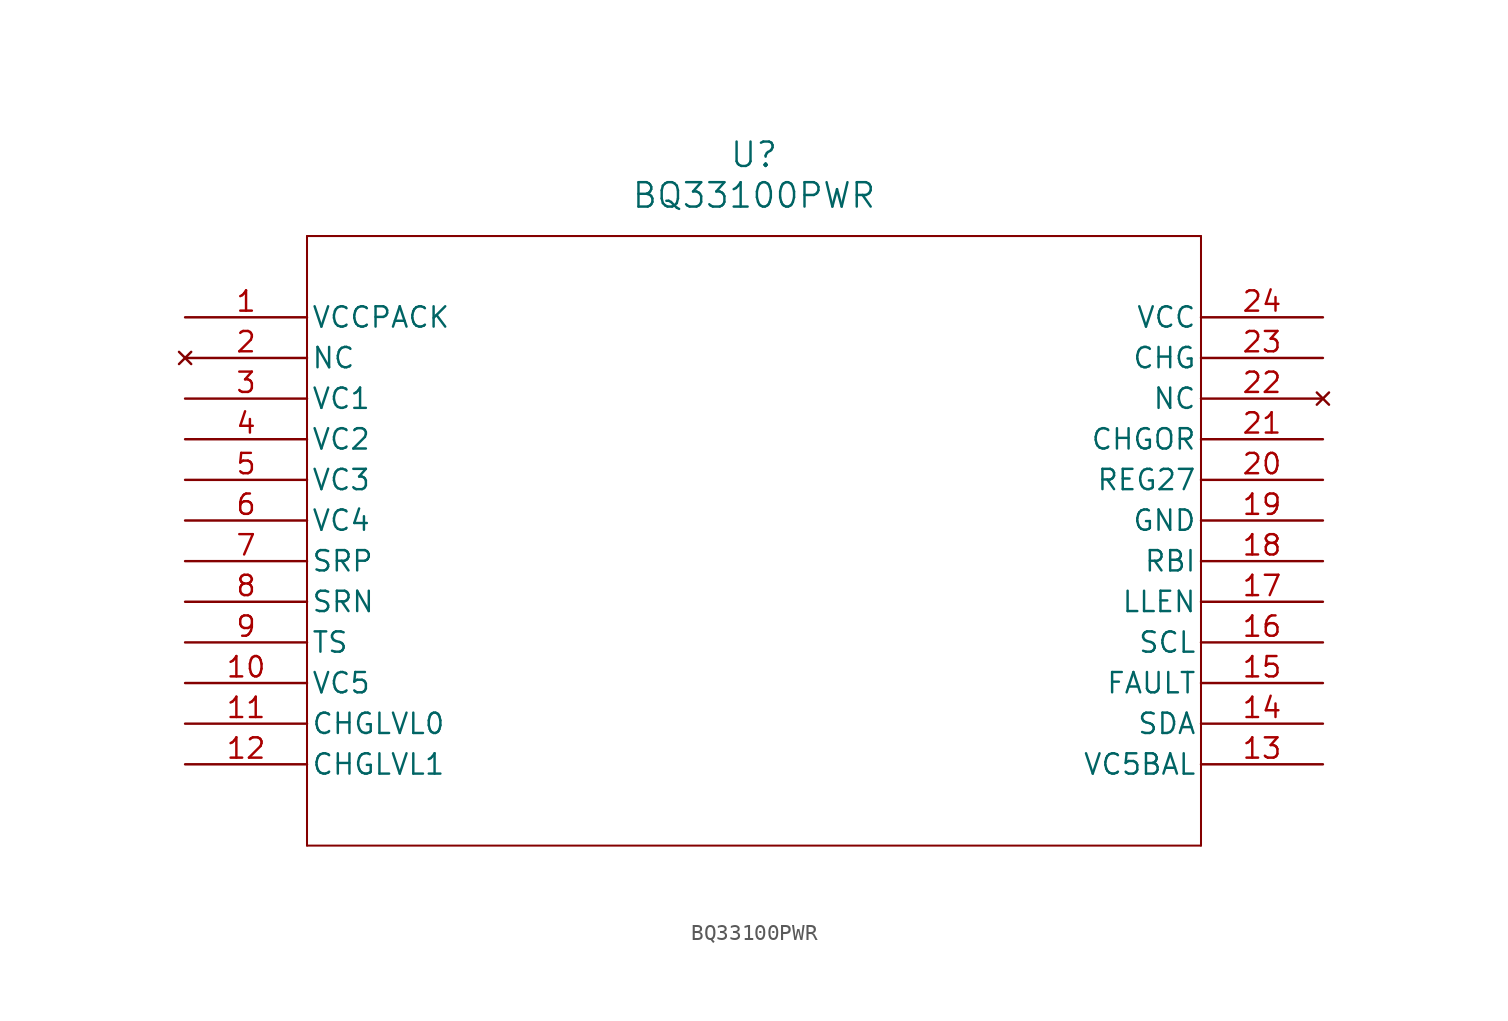
<source format=kicad_sym>
(kicad_symbol_lib
  (version 20211014)
  (generator kicad_symbol_editor)
  (symbol "BQ33100PWR"
    (pin_names
      (offset 0.254))
    (property "Reference" "U"
      (at 35.56 10.16 0)
      (effects (font (size 1.524 1.524))))
    (property "Value" "BQ33100PWR"
      (at 35.56 7.62 0)
      (effects (font (size 1.524 1.524))))
    (symbol "BQ33100PWR_0_1"
      (polyline (pts (xy 7.62 5.08) (xy 7.62 -33.02)) (stroke (width 0.127) (type default) (color 0 0 0 0)) (fill (type none)))
      (polyline (pts (xy 7.62 -33.02) (xy 63.5 -33.02)) (stroke (width 0.127) (type default) (color 0 0 0 0)) (fill (type none)))
      (polyline (pts (xy 63.5 -33.02) (xy 63.5 5.08)) (stroke (width 0.127) (type default) (color 0 0 0 0)) (fill (type none)))
      (polyline (pts (xy 63.5 5.08) (xy 7.62 5.08)) (stroke (width 0.127) (type default) (color 0 0 0 0)) (fill (type none)))
      (pin power_in line (at 0 0 0) (length 7.62) (name "VCCPACK" (effects (font (size 1.27 1.27)))) (number "1" (effects (font (size 1.27 1.27)))))
      (pin no_connect line (at 0 -2.54 0) (length 7.62) (name "NC" (effects (font (size 1.27 1.27)))) (number "2" (effects (font (size 1.27 1.27)))))
      (pin input line (at 0 -5.08 0) (length 7.62) (name "VC1" (effects (font (size 1.27 1.27)))) (number "3" (effects (font (size 1.27 1.27)))))
      (pin input line (at 0 -7.62 0) (length 7.62) (name "VC2" (effects (font (size 1.27 1.27)))) (number "4" (effects (font (size 1.27 1.27)))))
      (pin input line (at 0 -10.16 0) (length 7.62) (name "VC3" (effects (font (size 1.27 1.27)))) (number "5" (effects (font (size 1.27 1.27)))))
      (pin input line (at 0 -12.7 0) (length 7.62) (name "VC4" (effects (font (size 1.27 1.27)))) (number "6" (effects (font (size 1.27 1.27)))))
      (pin input line (at 0 -15.24 0) (length 7.62) (name "SRP" (effects (font (size 1.27 1.27)))) (number "7" (effects (font (size 1.27 1.27)))))
      (pin input line (at 0 -17.78 0) (length 7.62) (name "SRN" (effects (font (size 1.27 1.27)))) (number "8" (effects (font (size 1.27 1.27)))))
      (pin input line (at 0 -20.32 0) (length 7.62) (name "TS" (effects (font (size 1.27 1.27)))) (number "9" (effects (font (size 1.27 1.27)))))
      (pin input line (at 0 -22.86 0) (length 7.62) (name "VC5" (effects (font (size 1.27 1.27)))) (number "10" (effects (font (size 1.27 1.27)))))
      (pin output line (at 0 -25.4 0) (length 7.62) (name "CHGLVL0" (effects (font (size 1.27 1.27)))) (number "11" (effects (font (size 1.27 1.27)))))
      (pin output line (at 0 -27.94 0) (length 7.62) (name "CHGLVL1" (effects (font (size 1.27 1.27)))) (number "12" (effects (font (size 1.27 1.27)))))
      (pin output line (at 71.12 -27.94 180) (length 7.62) (name "VC5BAL" (effects (font (size 1.27 1.27)))) (number "13" (effects (font (size 1.27 1.27)))))
      (pin bidirectional line (at 71.12 -25.4 180) (length 7.62) (name "SDA" (effects (font (size 1.27 1.27)))) (number "14" (effects (font (size 1.27 1.27)))))
      (pin output line (at 71.12 -22.86 180) (length 7.62) (name "FAULT" (effects (font (size 1.27 1.27)))) (number "15" (effects (font (size 1.27 1.27)))))
      (pin bidirectional line (at 71.12 -20.32 180) (length 7.62) (name "SCL" (effects (font (size 1.27 1.27)))) (number "16" (effects (font (size 1.27 1.27)))))
      (pin output line (at 71.12 -17.78 180) (length 7.62) (name "LLEN" (effects (font (size 1.27 1.27)))) (number "17" (effects (font (size 1.27 1.27)))))
      (pin power_in line (at 71.12 -15.24 180) (length 7.62) (name "RBI" (effects (font (size 1.27 1.27)))) (number "18" (effects (font (size 1.27 1.27)))))
      (pin power_in line (at 71.12 -12.7 180) (length 7.62) (name "GND" (effects (font (size 1.27 1.27)))) (number "19" (effects (font (size 1.27 1.27)))))
      (pin power_in line (at 71.12 -10.16 180) (length 7.62) (name "REG27" (effects (font (size 1.27 1.27)))) (number "20" (effects (font (size 1.27 1.27)))))
      (pin input line (at 71.12 -7.62 180) (length 7.62) (name "CHGOR" (effects (font (size 1.27 1.27)))) (number "21" (effects (font (size 1.27 1.27)))))
      (pin no_connect line (at 71.12 -5.08 180) (length 7.62) (name "NC" (effects (font (size 1.27 1.27)))) (number "22" (effects (font (size 1.27 1.27)))))
      (pin output line (at 71.12 -2.54 180) (length 7.62) (name "CHG" (effects (font (size 1.27 1.27)))) (number "23" (effects (font (size 1.27 1.27)))))
      (pin power_in line (at 71.12 0 180) (length 7.62) (name "VCC" (effects (font (size 1.27 1.27)))) (number "24" (effects (font (size 1.27 1.27))))))))
</source>
